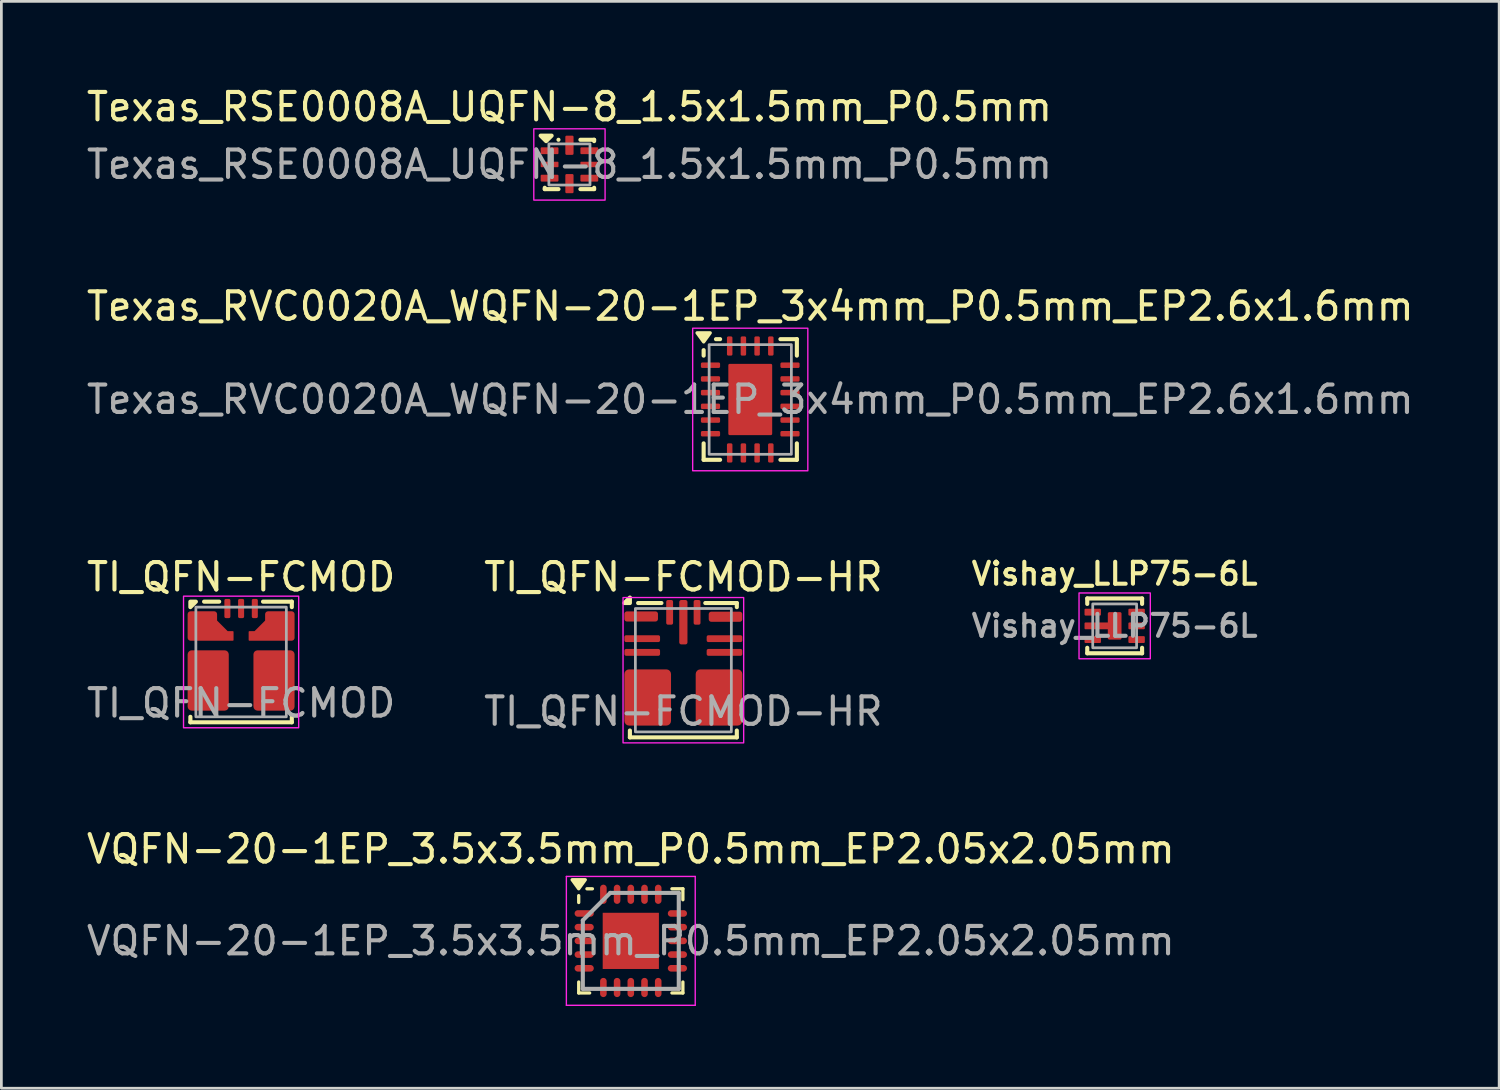
<source format=kicad_pcb>
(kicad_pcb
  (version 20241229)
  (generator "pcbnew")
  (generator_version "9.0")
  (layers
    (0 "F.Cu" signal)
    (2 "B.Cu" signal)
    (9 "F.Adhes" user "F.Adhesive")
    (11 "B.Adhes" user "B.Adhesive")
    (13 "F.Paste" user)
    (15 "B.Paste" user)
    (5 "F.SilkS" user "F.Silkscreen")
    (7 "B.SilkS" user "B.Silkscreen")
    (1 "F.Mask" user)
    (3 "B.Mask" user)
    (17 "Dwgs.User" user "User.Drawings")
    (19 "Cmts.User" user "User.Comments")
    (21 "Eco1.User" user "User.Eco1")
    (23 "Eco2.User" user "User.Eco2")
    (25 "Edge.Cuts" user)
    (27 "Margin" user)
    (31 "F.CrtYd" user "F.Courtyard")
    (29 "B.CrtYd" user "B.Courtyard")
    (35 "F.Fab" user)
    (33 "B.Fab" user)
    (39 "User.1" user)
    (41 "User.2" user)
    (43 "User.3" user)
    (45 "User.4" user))
  (footprint "Texas_RVC0020A_WQFN-20-1EP_3x4mm_P0.5mm_EP2.6x1.6mm"
    (layer "F.Cu")
    (at 24.315 11.521)
    (property "Reference" "Texas_RVC0020A_WQFN-20-1EP_3x4mm_P0.5mm_EP2.6x1.6mm" (at 0 -3.4 0) (unlocked yes) (layer "F.SilkS") (effects (font (size 1 1) (thickness 0.15))))
    (attr smd)
    (fp_line (start -1.7 -1.6) (end -1.7 -1.8) (stroke (width 0.15) (type default)) (layer "F.SilkS"))
    (fp_line (start -1.7 2.2) (end -1.7 1.6) (stroke (width 0.15) (type default)) (layer "F.SilkS"))
    (fp_line (start -1.1 -2.2) (end -1.25 -2.2) (stroke (width 0.15) (type default)) (layer "F.SilkS"))
    (fp_line (start -1.1 2.2) (end -1.7 2.2) (stroke (width 0.15) (type default)) (layer "F.SilkS"))
    (fp_line (start 1.1 -2.2) (end 1.7 -2.2) (stroke (width 0.15) (type default)) (layer "F.SilkS"))
    (fp_line (start 1.7 -2.2) (end 1.7 -1.6) (stroke (width 0.15) (type default)) (layer "F.SilkS"))
    (fp_line (start 1.7 1.6) (end 1.7 2.2) (stroke (width 0.15) (type default)) (layer "F.SilkS"))
    (fp_line (start 1.7 2.2) (end 1.1 2.2) (stroke (width 0.15) (type default)) (layer "F.SilkS"))
    (fp_poly (pts (xy -1.7 -2.1) (xy -1.94 -2.43) (xy -1.46 -2.43)) (stroke (width 0.12) (type solid)) (fill yes) (layer "F.SilkS"))
    (fp_rect (start -2.1 -2.6) (end 2.1 2.6) (stroke (width 0.05) (type default)) (fill no) (layer "F.CrtYd"))
    (fp_rect (start -1.5 -2) (end 1.5 2) (stroke (width 0.1) (type default)) (fill no) (layer "F.Fab"))
    (fp_text user "${REFERENCE}" (at 0 0 0) (unlocked yes) (layer "F.Fab") (effects (font (size 1 1) (thickness 0.15))))
    (pad "1" smd roundrect (at -1.45 -1.25) (size 0.7 0.2) (layers "F.Cu" "F.Mask" "F.Paste") (roundrect_rratio 0.25))
    (pad "2" smd roundrect (at -1.45 -0.75) (size 0.7 0.2) (layers "F.Cu" "F.Mask" "F.Paste") (roundrect_rratio 0.25))
    (pad "3" smd roundrect (at -1.45 -0.25) (size 0.7 0.2) (layers "F.Cu" "F.Mask" "F.Paste") (roundrect_rratio 0.25))
    (pad "4" smd roundrect (at -1.45 0.25) (size 0.7 0.2) (layers "F.Cu" "F.Mask" "F.Paste") (roundrect_rratio 0.25))
    (pad "5" smd roundrect (at -1.45 0.75) (size 0.7 0.2) (layers "F.Cu" "F.Mask" "F.Paste") (roundrect_rratio 0.25))
    (pad "6" smd roundrect (at -1.45 1.25) (size 0.7 0.2) (layers "F.Cu" "F.Mask" "F.Paste") (roundrect_rratio 0.25))
    (pad "7" smd roundrect (at -0.75 1.95 90) (size 0.7 0.2) (layers "F.Cu" "F.Mask" "F.Paste") (roundrect_rratio 0.25))
    (pad "8" smd roundrect (at -0.25 1.95 90) (size 0.7 0.2) (layers "F.Cu" "F.Mask" "F.Paste") (roundrect_rratio 0.25))
    (pad "9" smd roundrect (at 0.25 1.95 90) (size 0.7 0.2) (layers "F.Cu" "F.Mask" "F.Paste") (roundrect_rratio 0.25))
    (pad "10" smd roundrect (at 0.75 1.95 90) (size 0.7 0.2) (layers "F.Cu" "F.Mask" "F.Paste") (roundrect_rratio 0.25))
    (pad "11" smd roundrect (at 1.45 1.25) (size 0.7 0.2) (layers "F.Cu" "F.Mask" "F.Paste") (roundrect_rratio 0.25))
    (pad "12" smd roundrect (at 1.45 0.75) (size 0.7 0.2) (layers "F.Cu" "F.Mask" "F.Paste") (roundrect_rratio 0.25))
    (pad "13" smd roundrect (at 1.45 0.25) (size 0.7 0.2) (layers "F.Cu" "F.Mask" "F.Paste") (roundrect_rratio 0.25))
    (pad "14" smd roundrect (at 1.45 -0.25) (size 0.7 0.2) (layers "F.Cu" "F.Mask" "F.Paste") (roundrect_rratio 0.25))
    (pad "15" smd roundrect (at 1.45 -0.75) (size 0.7 0.2) (layers "F.Cu" "F.Mask" "F.Paste") (roundrect_rratio 0.25))
    (pad "16" smd roundrect (at 1.45 -1.25) (size 0.7 0.2) (layers "F.Cu" "F.Mask" "F.Paste") (roundrect_rratio 0.25))
    (pad "17" smd roundrect (at 0.75 -1.95 90) (size 0.7 0.2) (layers "F.Cu" "F.Mask" "F.Paste") (roundrect_rratio 0.25))
    (pad "18" smd roundrect (at 0.25 -1.95 90) (size 0.7 0.2) (layers "F.Cu" "F.Mask" "F.Paste") (roundrect_rratio 0.25))
    (pad "19" smd roundrect (at -0.25 -1.95 90) (size 0.7 0.2) (layers "F.Cu" "F.Mask" "F.Paste") (roundrect_rratio 0.25))
    (pad "20" smd roundrect (at -0.75 -1.95 90) (size 0.7 0.2) (layers "F.Cu" "F.Mask" "F.Paste") (roundrect_rratio 0.25))
    (pad "21" smd roundrect (at 0 0) (size 1.6 2.6) (layers "F.Cu" "F.Mask" "F.Paste") (roundrect_rratio 0.031)))
  (footprint "VQFN-20-1EP_3.5x3.5mm_P0.5mm_EP2.05x2.05mm"
    (layer "F.Cu")
    (at 19.958 31.268)
    (property "Reference" "VQFN-20-1EP_3.5x3.5mm_P0.5mm_EP2.05x2.05mm" (at 0 -3.35 0) (layer "F.SilkS") (effects (font (size 1 1) (thickness 0.15))))
    (attr smd)
    (fp_line (start -1.9 -1.4) (end -1.9 -1.65) (stroke (width 0.12) (type solid)) (layer "F.SilkS"))
    (fp_line (start -1.9 1.9) (end -1.9 1.5) (stroke (width 0.12) (type default)) (layer "F.SilkS"))
    (fp_line (start -1.5 1.9) (end -1.9 1.9) (stroke (width 0.12) (type default)) (layer "F.SilkS"))
    (fp_line (start -1.4 -1.9) (end -1.6 -1.9) (stroke (width 0.12) (type solid)) (layer "F.SilkS"))
    (fp_line (start 1.5 -1.9) (end 1.9 -1.9) (stroke (width 0.12) (type default)) (layer "F.SilkS"))
    (fp_line (start 1.5 1.9) (end 1.9 1.9) (stroke (width 0.12) (type default)) (layer "F.SilkS"))
    (fp_line (start 1.9 -1.9) (end 1.9 -1.5) (stroke (width 0.12) (type default)) (layer "F.SilkS"))
    (fp_line (start 1.9 1.9) (end 1.9 1.5) (stroke (width 0.12) (type default)) (layer "F.SilkS"))
    (fp_poly (pts (xy -1.9 -1.9) (xy -2.14 -2.23) (xy -1.66 -2.23) (xy -1.9 -1.9)) (stroke (width 0.12) (type solid)) (fill yes) (layer "F.SilkS"))
    (fp_line (start -2.35 -2.35) (end 2.35 -2.35) (stroke (width 0.05) (type default)) (layer "F.CrtYd"))
    (fp_line (start -2.35 2.35) (end -2.35 -2.35) (stroke (width 0.05) (type default)) (layer "F.CrtYd"))
    (fp_line (start 2.35 -2.35) (end 2.35 2.35) (stroke (width 0.05) (type default)) (layer "F.CrtYd"))
    (fp_line (start 2.35 2.35) (end -2.35 2.35) (stroke (width 0.05) (type default)) (layer "F.CrtYd"))
    (fp_line (start -1.75 -0.75) (end -1.75 1.75) (stroke (width 0.15) (type default)) (layer "F.Fab"))
    (fp_line (start -1.75 1.75) (end 1.75 1.75) (stroke (width 0.15) (type default)) (layer "F.Fab"))
    (fp_line (start -0.75 -1.75) (end -1.75 -0.75) (stroke (width 0.15) (type default)) (layer "F.Fab"))
    (fp_line (start 1.75 -1.75) (end -0.75 -1.75) (stroke (width 0.15) (type default)) (layer "F.Fab"))
    (fp_line (start 1.75 1.75) (end 1.75 -1.75) (stroke (width 0.15) (type default)) (layer "F.Fab"))
    (fp_text user "${REFERENCE}" (at 0 0 0) (layer "F.Fab") (effects (font (size 1 1) (thickness 0.15))))
    (pad "" smd rect (at -0.769 -0.769) (size 0.000001 0.000001) (layers "F.Paste"))
    (pad "" smd rect (at -0.769 -0.256) (size 0.000001 0.000001) (layers "F.Paste"))
    (pad "" smd rect (at -0.769 0.256) (size 0.000001 0.000001) (layers "F.Paste"))
    (pad "" smd rect (at -0.769 0.769) (size 0.000001 0.000001) (layers "F.Paste"))
    (pad "" smd rect (at -0.256 -0.769) (size 0.000001 0.000001) (layers "F.Paste"))
    (pad "" smd rect (at -0.256 -0.256) (size 0.000001 0.000001) (layers "F.Paste"))
    (pad "" smd rect (at -0.256 0.256) (size 0.000001 0.000001) (layers "F.Paste"))
    (pad "" smd rect (at -0.256 0.769) (size 0.000001 0.000001) (layers "F.Paste"))
    (pad "" smd rect (at 0.256 -0.769) (size 0.000001 0.000001) (layers "F.Paste"))
    (pad "" smd rect (at 0.256 -0.256) (size 0.000001 0.000001) (layers "F.Paste"))
    (pad "" smd rect (at 0.256 0.256) (size 0.000001 0.000001) (layers "F.Paste"))
    (pad "" smd rect (at 0.256 0.769) (size 0.000001 0.000001) (layers "F.Paste"))
    (pad "" smd rect (at 0.769 -0.769) (size 0.000001 0.000001) (layers "F.Paste"))
    (pad "" smd rect (at 0.769 -0.256) (size 0.000001 0.000001) (layers "F.Paste"))
    (pad "" smd rect (at 0.769 0.256) (size 0.000001 0.000001) (layers "F.Paste"))
    (pad "" smd rect (at 0.769 0.769) (size 0.000001 0.000001) (layers "F.Paste"))
    (pad "1" smd oval (at -1.7 -1 90) (size 0.24 0.7) (layers "F.Cu" "F.Mask" "F.Paste"))
    (pad "2" smd oval (at -1.7 -0.5 90) (size 0.24 0.7) (layers "F.Cu" "F.Mask" "F.Paste"))
    (pad "3" smd oval (at -1.7 0 90) (size 0.24 0.7) (layers "F.Cu" "F.Mask" "F.Paste"))
    (pad "4" smd oval (at -1.7 0.5 90) (size 0.24 0.7) (layers "F.Cu" "F.Mask" "F.Paste"))
    (pad "5" smd oval (at -1.7 1 90) (size 0.24 0.7) (layers "F.Cu" "F.Mask" "F.Paste"))
    (pad "6" smd oval (at -1 1.7) (size 0.24 0.7) (layers "F.Cu" "F.Mask" "F.Paste"))
    (pad "7" smd oval (at -0.5 1.7) (size 0.24 0.7) (layers "F.Cu" "F.Mask" "F.Paste"))
    (pad "8" smd oval (at 0 1.7) (size 0.24 0.7) (layers "F.Cu" "F.Mask" "F.Paste"))
    (pad "9" smd oval (at 0.5 1.7) (size 0.24 0.7) (layers "F.Cu" "F.Mask" "F.Paste"))
    (pad "10" smd oval (at 1 1.7) (size 0.24 0.7) (layers "F.Cu" "F.Mask" "F.Paste"))
    (pad "11" smd oval (at 1.7 1 90) (size 0.24 0.7) (layers "F.Cu" "F.Mask" "F.Paste"))
    (pad "12" smd oval (at 1.7 0.5 90) (size 0.24 0.7) (layers "F.Cu" "F.Mask" "F.Paste"))
    (pad "13" smd oval (at 1.7 0 90) (size 0.24 0.7) (layers "F.Cu" "F.Mask" "F.Paste"))
    (pad "14" smd oval (at 1.7 -0.5 90) (size 0.24 0.7) (layers "F.Cu" "F.Mask" "F.Paste"))
    (pad "15" smd oval (at 1.7 -1 90) (size 0.24 0.7) (layers "F.Cu" "F.Mask" "F.Paste"))
    (pad "16" smd oval (at 1 -1.7) (size 0.24 0.7) (layers "F.Cu" "F.Mask" "F.Paste"))
    (pad "17" smd oval (at 0.5 -1.7) (size 0.24 0.7) (layers "F.Cu" "F.Mask" "F.Paste"))
    (pad "18" smd oval (at 0 -1.7) (size 0.24 0.7) (layers "F.Cu" "F.Mask" "F.Paste"))
    (pad "19" smd oval (at -0.5 -1.7) (size 0.24 0.7) (layers "F.Cu" "F.Mask" "F.Paste"))
    (pad "20" smd oval (at -1 -1.7) (size 0.24 0.7) (layers "F.Cu" "F.Mask" "F.Paste"))
    (pad "21" smd rect (at 0 0) (size 2.05 2.05) (layers "F.Cu" "F.Mask")))
  (footprint "TI_QFN-FCMOD-HR"
    (layer "F.Cu")
    (at 21.875 21.395)
    (property "Reference" "TI_QFN-FCMOD-HR" (at 0 -3.4 0) (unlocked yes) (layer "F.SilkS") (effects (font (size 1 1) (thickness 0.15))))
    (attr smd)
    (fp_line (start -1.95 2.45) (end -1.95 2.2) (stroke (width 0.15) (type default)) (layer "F.SilkS"))
    (fp_line (start -0.8 -2.45) (end -1.65 -2.45) (stroke (width 0.15) (type default)) (layer "F.SilkS"))
    (fp_line (start 0.8 -2.45) (end 1.95 -2.45) (stroke (width 0.15) (type default)) (layer "F.SilkS"))
    (fp_line (start 1.95 -2.45) (end 1.95 -2.3) (stroke (width 0.15) (type default)) (layer "F.SilkS"))
    (fp_line (start 1.95 2.2) (end 1.95 2.45) (stroke (width 0.15) (type default)) (layer "F.SilkS"))
    (fp_line (start 1.95 2.45) (end -1.95 2.45) (stroke (width 0.15) (type default)) (layer "F.SilkS"))
    (fp_poly (pts (xy -1.95 -2.65) (xy -1.95 -2.45) (xy -2.15 -2.45)) (stroke (width 0.15) (type solid)) (fill yes) (layer "F.SilkS"))
    (fp_rect (start -2.2 -2.65) (end 2.2 2.65) (stroke (width 0.05) (type default)) (fill no) (layer "F.CrtYd"))
    (fp_rect (start -1.75 -2.25) (end 1.75 2.25) (stroke (width 0.1) (type default)) (fill no) (layer "F.Fab"))
    (fp_text user "${REFERENCE}" (at 0 1.5 0) (unlocked yes) (layer "F.Fab") (effects (font (size 1 1) (thickness 0.15))))
    (pad "1" smd roundrect (at -1.538 -1.96) (size 1.225 0.37) (layers "F.Cu" "F.Mask" "F.Paste") (roundrect_rratio 0.25))
    (pad "2" smd roundrect (at -1.5 -1.15) (size 1.3 0.25) (layers "F.Cu" "F.Mask" "F.Paste") (roundrect_rratio 0.25))
    (pad "3" smd roundrect (at -1.5 -0.65) (size 1.3 0.25) (layers "F.Cu" "F.Mask" "F.Paste") (roundrect_rratio 0.25))
    (pad "4" smd roundrect (at -1.3 0.995) (size 1.7 2.05) (layers "F.Cu" "F.Mask" "F.Paste") (roundrect_rratio 0.1))
    (pad "5" smd roundrect (at 1.3 0.995) (size 1.7 2.05) (layers "F.Cu" "F.Mask" "F.Paste") (roundrect_rratio 0.1))
    (pad "6" smd roundrect (at 1.5 -0.65) (size 1.3 0.25) (layers "F.Cu" "F.Mask" "F.Paste") (roundrect_rratio 0.25))
    (pad "7" smd roundrect (at 1.5 -1.15) (size 1.3 0.25) (layers "F.Cu" "F.Mask" "F.Paste") (roundrect_rratio 0.25))
    (pad "8" smd roundrect (at 1.538 -1.95) (size 1.225 0.37) (layers "F.Cu" "F.Mask" "F.Paste") (roundrect_rratio 0.25))
    (pad "9" smd roundrect (at 0.5 -2.11) (size 0.25 0.9) (layers "F.Cu" "F.Mask" "F.Paste") (roundrect_rratio 0.25))
    (pad "10" smd roundrect (at 0 -1.75) (size 0.3 1.62) (layers "F.Cu" "F.Mask" "F.Paste") (roundrect_rratio 0.25))
    (pad "11" smd roundrect (at -0.5 -2.11) (size 0.25 0.9) (layers "F.Cu" "F.Mask" "F.Paste") (roundrect_rratio 0.25)))
  (footprint "TI_QFN-FCMOD"
    (layer "F.Cu")
    (at 5.744 21.095)
    (property "Reference" "TI_QFN-FCMOD" (at 0 -3.1 0) (unlocked yes) (layer "F.SilkS") (effects (font (size 1 1) (thickness 0.15))))
    (attr smd)
    (fp_line (start -1.85 2.2) (end -1.85 2) (stroke (width 0.15) (type default)) (layer "F.SilkS"))
    (fp_line (start -0.8 -2.2) (end -1.35 -2.2) (stroke (width 0.15) (type default)) (layer "F.SilkS"))
    (fp_line (start 0.8 -2.2) (end 1.85 -2.2) (stroke (width 0.15) (type default)) (layer "F.SilkS"))
    (fp_line (start 1.85 -2.2) (end 1.85 -2) (stroke (width 0.15) (type default)) (layer "F.SilkS"))
    (fp_line (start 1.85 2) (end 1.85 2.2) (stroke (width 0.15) (type default)) (layer "F.SilkS"))
    (fp_line (start 1.85 2.2) (end -1.85 2.2) (stroke (width 0.15) (type default)) (layer "F.SilkS"))
    (fp_poly (pts (xy -1.85 -2) (xy -1.85 -2.2) (xy -1.65 -2.2)) (stroke (width 0.15) (type solid)) (fill yes) (layer "F.SilkS"))
    (fp_rect (start -2.1 -2.4) (end 2.1 2.4) (stroke (width 0.05) (type default)) (fill no) (layer "F.CrtYd"))
    (fp_rect (start -1.65 -2) (end 1.65 2) (stroke (width 0.1) (type default)) (fill no) (layer "F.Fab"))
    (fp_text user "${REFERENCE}" (at 0 1.5 0) (unlocked yes) (layer "F.Fab") (effects (font (size 1 1) (thickness 0.15))))
    (pad "1" smd custom (at -1.413 -1.312) (size 1.075 1.075) (layers "F.Cu" "F.Mask" "F.Paste") (options (anchor circle)) (primitives (gr_poly (pts (xy -0.537 -0.43) (xy -0.529 -0.471) (xy -0.506 -0.506) (xy -0.471 -0.529) (xy -0.43 -0.537) (xy 0.43 -0.537) (xy 0.471 -0.529) (xy 0.506 -0.506) (xy 0.529 -0.471) (xy 0.537 -0.43) (xy 0.537 0.43) (xy 0.529 0.471) (xy 0.506 0.506) (xy 0.471 0.529) (xy 0.43 0.537) (xy -0.43 0.537) (xy -0.471 0.529) (xy -0.506 0.506) (xy -0.529 0.471) (xy -0.537 0.43)) (width 0) (fill yes)) (gr_poly (pts (xy 0.512 -0.188) (xy 0.912 0.212) (xy 1.113 0.212) (xy 1.113 0.512) (xy 0.412 0.512) (xy 0.412 -0.188)) (width 0.05) (fill yes))))
    (pad "2" smd roundrect (at -1.2 0.675) (size 1.5 2.2) (layers "F.Cu" "F.Mask" "F.Paste") (roundrect_rratio 0.1))
    (pad "3" smd roundrect (at 1.2 0.675) (size 1.5 2.2) (layers "F.Cu" "F.Mask" "F.Paste") (roundrect_rratio 0.1))
    (pad "4" smd custom (at 1.413 -1.312) (size 1.075 1.075) (layers "F.Cu" "F.Mask" "F.Paste") (options (anchor circle)) (primitives (gr_poly (pts (xy 0.537 -0.43) (xy 0.529 -0.471) (xy 0.506 -0.506) (xy 0.471 -0.529) (xy 0.43 -0.537) (xy -0.43 -0.537) (xy -0.471 -0.529) (xy -0.506 -0.506) (xy -0.529 -0.471) (xy -0.537 -0.43) (xy -0.537 0.43) (xy -0.529 0.471) (xy -0.506 0.506) (xy -0.471 0.529) (xy -0.43 0.537) (xy 0.43 0.537) (xy 0.471 0.529) (xy 0.506 0.506) (xy 0.529 0.471) (xy 0.537 0.43)) (width 0) (fill yes)) (gr_poly (pts (xy -0.512 -0.188) (xy -0.912 0.212) (xy -1.113 0.212) (xy -1.113 0.512) (xy -0.412 0.512) (xy -0.412 -0.188)) (width 0.05) (fill yes))))
    (pad "5" smd roundrect (at 0.5 -1.95) (size 0.22 0.7) (layers "F.Cu" "F.Mask" "F.Paste") (roundrect_rratio 0.25))
    (pad "6" smd roundrect (at 0 -1.95) (size 0.22 0.7) (layers "F.Cu" "F.Mask" "F.Paste") (roundrect_rratio 0.25))
    (pad "7" smd roundrect (at -0.5 -1.95) (size 0.22 0.7) (layers "F.Cu" "F.Mask" "F.Paste") (roundrect_rratio 0.25))
    (zone (net_name "") (layer "F.Cu") (name "KeepOut") (hatch edge 0.5) (connect_pads) (min_thickness 0.25) (filled_areas_thickness no) (keepout (tracks not_allowed) (vias not_allowed) (pads not_allowed) (copperpour not_allowed) (footprints allowed)) (placement (enabled no)) (fill) (polygon (pts (xy 5.544 19.695) (xy 5.944 19.695) (xy 5.944 20.495) (xy 5.544 20.495)))))
  (footprint "Texas_RSE0008A_UQFN-8_1.5x1.5mm_P0.5mm"
    (layer "F.Cu")
    (at 17.72 2.948)
    (property "Reference" "Texas_RSE0008A_UQFN-8_1.5x1.5mm_P0.5mm" (at 0 -2.1 0) (unlocked yes) (layer "F.SilkS") (effects (font (size 1 1) (thickness 0.15))))
    (attr smd)
    (fp_line (start -0.9 0.9) (end -0.9 0.85) (stroke (width 0.15) (type default)) (layer "F.SilkS"))
    (fp_line (start -0.4 -0.9) (end -0.4 -0.9) (stroke (width 0.15) (type default)) (layer "F.SilkS"))
    (fp_line (start -0.4 0.9) (end -0.9 0.9) (stroke (width 0.15) (type default)) (layer "F.SilkS"))
    (fp_line (start 0.4 -0.9) (end 0.9 -0.9) (stroke (width 0.15) (type default)) (layer "F.SilkS"))
    (fp_line (start 0.4 0.9) (end 0.9 0.9) (stroke (width 0.15) (type default)) (layer "F.SilkS"))
    (fp_line (start 0.9 -0.9) (end 0.9 -0.85) (stroke (width 0.15) (type default)) (layer "F.SilkS"))
    (fp_line (start 0.9 0.9) (end 0.9 0.85) (stroke (width 0.15) (type default)) (layer "F.SilkS"))
    (fp_poly (pts (xy -0.85 -0.85) (xy -0.65 -1.05) (xy -1.05 -1.05)) (stroke (width 0.15) (type solid)) (fill yes) (layer "F.SilkS"))
    (fp_rect (start -1.3 -1.3) (end 1.3 1.3) (stroke (width 0.05) (type default)) (fill no) (layer "F.CrtYd"))
    (fp_rect (start -0.75 -0.75) (end 0.75 0.75) (stroke (width 0.1) (type default)) (fill no) (layer "F.Fab"))
    (fp_text user "${REFERENCE}" (at 0 0 0) (unlocked yes) (layer "F.Fab") (effects (font (size 1 1) (thickness 0.15))))
    (pad "1" smd roundrect (at -0.725 -0.5) (size 0.65 0.25) (layers "F.Cu" "F.Mask" "F.Paste") (roundrect_rratio 0.15))
    (pad "2" smd roundrect (at -0.725 0) (size 0.65 0.2) (layers "F.Cu" "F.Mask" "F.Paste") (roundrect_rratio 0.15))
    (pad "3" smd roundrect (at -0.725 0.5) (size 0.65 0.25) (layers "F.Cu" "F.Mask" "F.Paste") (roundrect_rratio 0.15))
    (pad "4" smd roundrect (at 0 0.7 90) (size 0.7 0.3) (layers "F.Cu" "F.Mask" "F.Paste") (roundrect_rratio 0.15))
    (pad "5" smd roundrect (at 0.725 0.5) (size 0.65 0.25) (layers "F.Cu" "F.Mask" "F.Paste") (roundrect_rratio 0.15))
    (pad "6" smd roundrect (at 0.725 0) (size 0.65 0.2) (layers "F.Cu" "F.Mask" "F.Paste") (roundrect_rratio 0.15))
    (pad "7" smd roundrect (at 0.725 -0.5) (size 0.65 0.25) (layers "F.Cu" "F.Mask" "F.Paste") (roundrect_rratio 0.15))
    (pad "8" smd roundrect (at 0 -0.7 90) (size 0.7 0.3) (layers "F.Cu" "F.Mask" "F.Paste") (roundrect_rratio 0.15)))
  (footprint "Vishay_LLP75-6L"
    (layer "F.Cu")
    (at 37.607 19.778)
    (property "Reference" "Vishay_LLP75-6L" (at 0 -1.9 0) (unlocked yes) (layer "F.SilkS") (effects (font (size 0.8 0.8) (thickness 0.15))))
    (attr smd)
    (fp_line (start -1 -1) (end -1 -0.8) (stroke (width 0.15) (type default)) (layer "F.SilkS"))
    (fp_line (start -1 -1) (end 1 -1) (stroke (width 0.15) (type default)) (layer "F.SilkS"))
    (fp_line (start -1 1) (end -1 0.8) (stroke (width 0.15) (type default)) (layer "F.SilkS"))
    (fp_line (start -1 1) (end 1 1) (stroke (width 0.15) (type default)) (layer "F.SilkS"))
    (fp_line (start 1 -1) (end 1 -0.8) (stroke (width 0.15) (type default)) (layer "F.SilkS"))
    (fp_line (start 1 1) (end 1 0.8) (stroke (width 0.15) (type default)) (layer "F.SilkS"))
    (fp_rect (start -1.3 -1.2) (end 1.3 1.2) (stroke (width 0.05) (type default)) (fill no) (layer "F.CrtYd"))
    (fp_rect (start -0.8 -0.8) (end 0.8 0.8) (stroke (width 0.1) (type default)) (fill no) (layer "F.Fab"))
    (fp_text user "${REFERENCE}" (at 0 0 0) (unlocked yes) (layer "F.Fab") (effects (font (size 0.8 0.8) (thickness 0.15))))
    (pad "1" smd roundrect (at -0.8 -0.5) (size 0.6 0.25) (layers "F.Cu" "F.Mask" "F.Paste") (roundrect_rratio 0.15))
    (pad "2" smd custom (at -0.5 0) (size 0.25 0.25) (layers "F.Cu" "F.Mask" "F.Paste") (options (anchor circle)) (primitives (gr_poly (pts (xy -0.6 -0.087) (xy -0.597 -0.102) (xy -0.589 -0.114) (xy -0.577 -0.122) (xy -0.562 -0.125) (xy 0.562 -0.125) (xy 0.577 -0.122) (xy 0.589 -0.114) (xy 0.597 -0.102) (xy 0.6 -0.087) (xy 0.6 0.087) (xy 0.597 0.102) (xy 0.589 0.114) (xy 0.577 0.122) (xy 0.562 0.125) (xy -0.562 0.125) (xy -0.577 0.122) (xy -0.589 0.114) (xy -0.597 0.102) (xy -0.6 0.087)) (width 0) (fill yes)) (gr_rect (start 0.3 -0.45) (end 0.7 0.45) (width 0.1) (fill yes))))
    (pad "3" smd roundrect (at -0.8 0.5) (size 0.6 0.25) (layers "F.Cu" "F.Mask" "F.Paste") (roundrect_rratio 0.15))
    (pad "4" smd roundrect (at 0.8 0.5) (size 0.6 0.25) (layers "F.Cu" "F.Mask" "F.Paste") (roundrect_rratio 0.15))
    (pad "5" smd roundrect (at 0.8 0) (size 0.6 0.25) (layers "F.Cu" "F.Mask" "F.Paste") (roundrect_rratio 0.15))
    (pad "6" smd roundrect (at 0.8 -0.5) (size 0.6 0.25) (layers "F.Cu" "F.Mask" "F.Paste") (roundrect_rratio 0.15)))
  (gr_rect
    (start -3 -3)
    (end 51.631 36.643)
    (stroke (width 0.1) (type default))
    (fill no)
    (layer "Edge.Cuts")))
</source>
